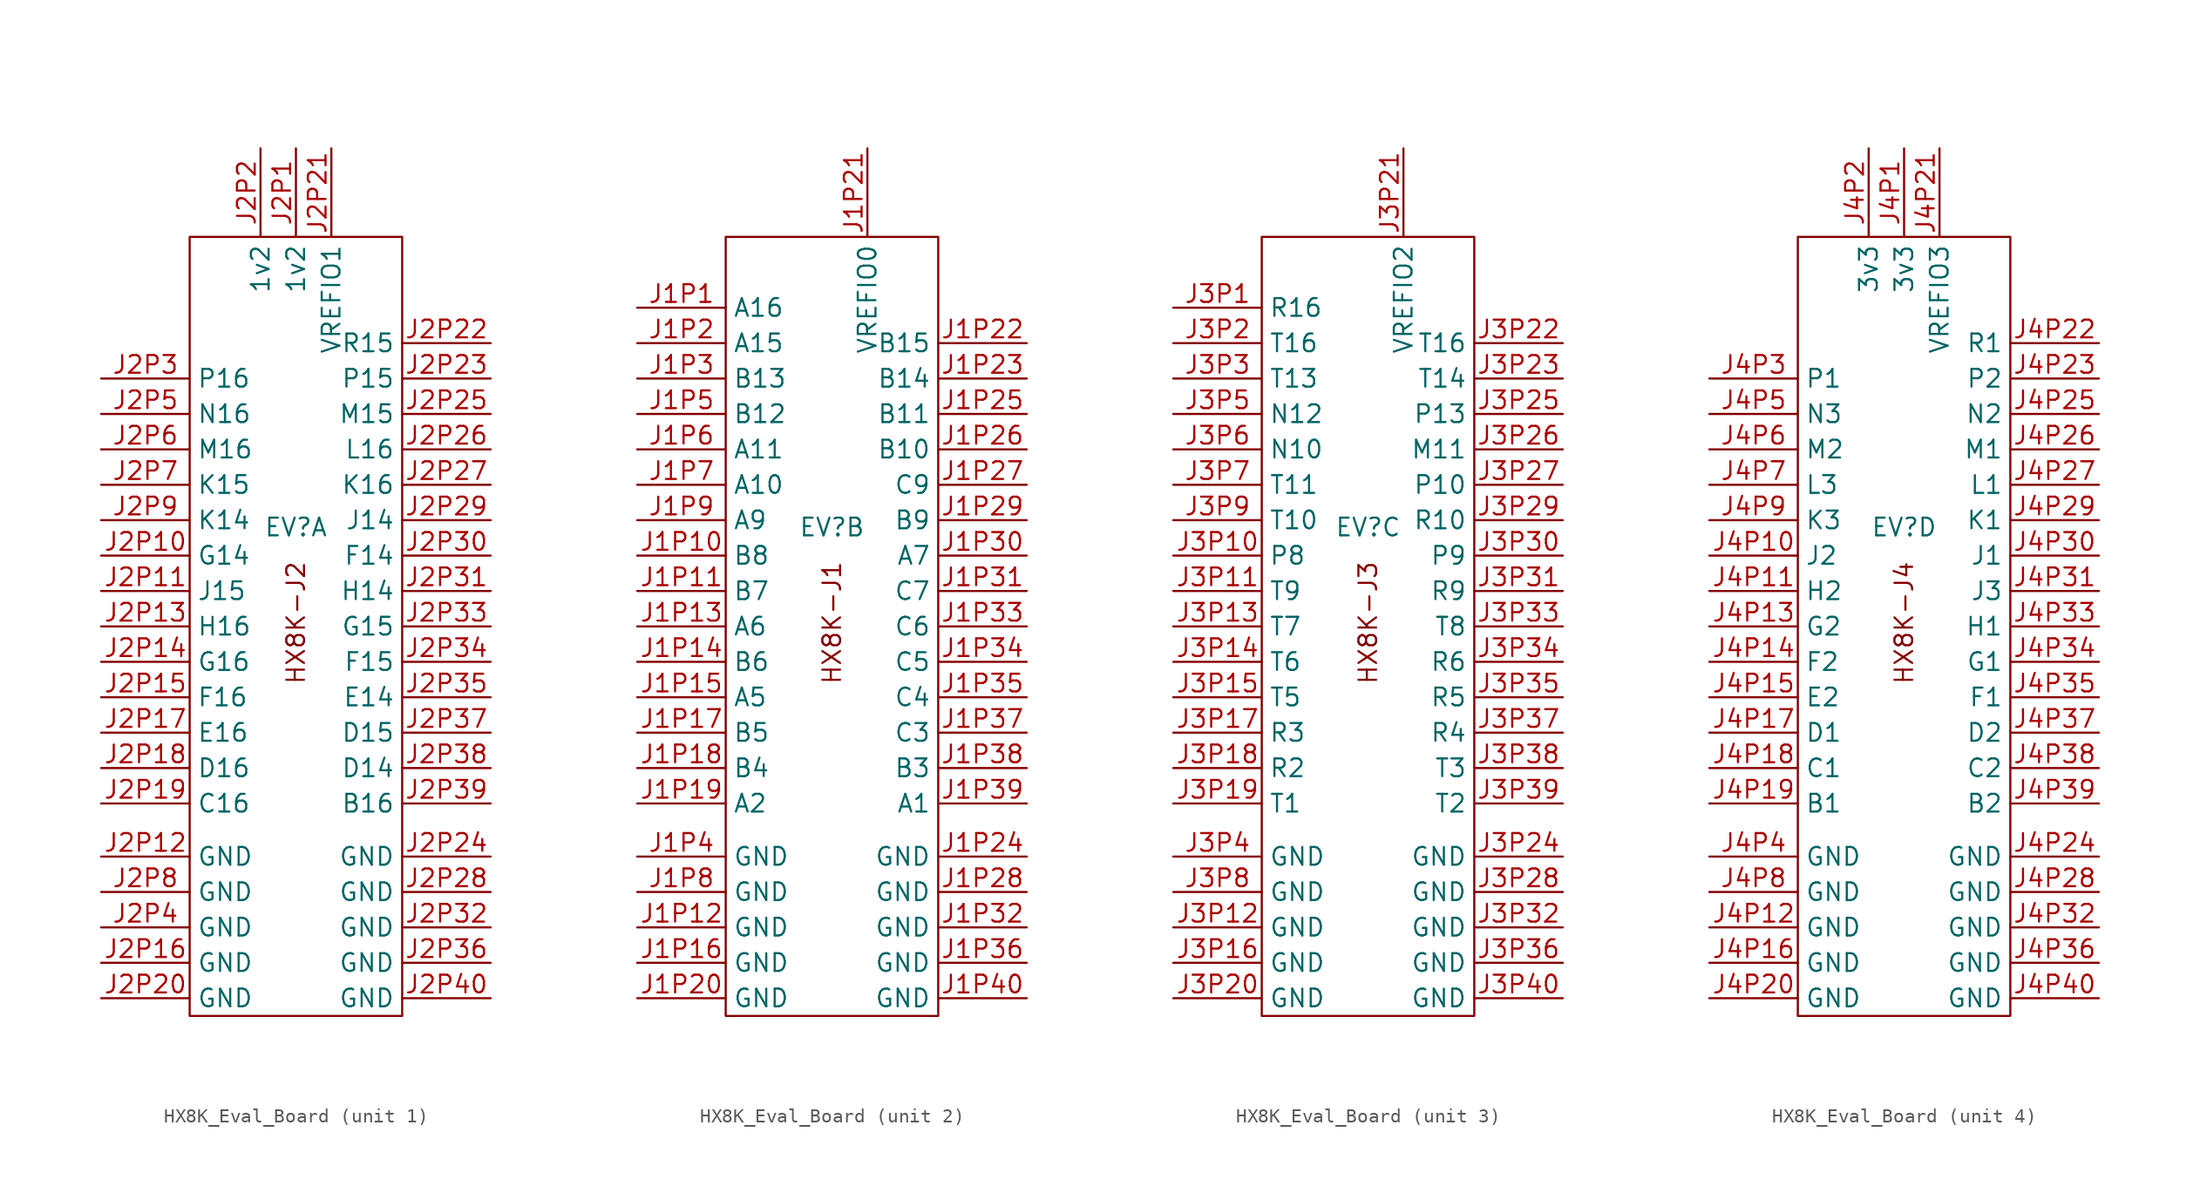
<source format=kicad_sym>
(kicad_symbol_lib
  (version 20231120)
  (generator "kicad_symbol_editor")
  (generator_version "8.0")
  (symbol "HX8K_Eval_Board"
    (property "Reference" "EV"
      (at 0 7.112 0)
      (effects (font (size 1.27 1.27))))
    (property "Value" ""
      (at 12.7 15.24 0)
      (effects (font (size 1.27 1.27))))
    (property "ki_locked" ""
      (at 0 0 0)
      (effects (font (size 1.27 1.27))))
    (symbol "HX8K_Eval_Board_1_1"
      (rectangle (start -7.62 27.94) (end 7.62 -27.94) (stroke (width 0) (type default)) (fill (type none)))
      (text "HX8K-J2" (at 0 0.254 900) (effects (font (size 1.27 1.27))))
      (pin power_in line (at 0 34.29 270) (length 6.35) (name "1v2" (effects (font (size 1.27 1.27)))) (number "J2P1" (effects (font (size 1.27 1.27)))))
      (pin bidirectional line (at -13.97 5.08 0) (length 6.35) (name "G14" (effects (font (size 1.27 1.27)))) (number "J2P10" (effects (font (size 1.27 1.27)))))
      (pin bidirectional line (at -13.97 2.54 0) (length 6.35) (name "J15" (effects (font (size 1.27 1.27)))) (number "J2P11" (effects (font (size 1.27 1.27)))))
      (pin power_in line (at -13.97 -16.51 0) (length 6.35) (name "GND" (effects (font (size 1.27 1.27)))) (number "J2P12" (effects (font (size 1.27 1.27)))))
      (pin bidirectional line (at -13.97 0 0) (length 6.35) (name "H16" (effects (font (size 1.27 1.27)))) (number "J2P13" (effects (font (size 1.27 1.27)))))
      (pin bidirectional line (at -13.97 -2.54 0) (length 6.35) (name "G16" (effects (font (size 1.27 1.27)))) (number "J2P14" (effects (font (size 1.27 1.27)))))
      (pin bidirectional line (at -13.97 -5.08 0) (length 6.35) (name "F16" (effects (font (size 1.27 1.27)))) (number "J2P15" (effects (font (size 1.27 1.27)))))
      (pin power_in line (at -13.97 -24.13 0) (length 6.35) (name "GND" (effects (font (size 1.27 1.27)))) (number "J2P16" (effects (font (size 1.27 1.27)))))
      (pin bidirectional line (at -13.97 -7.62 0) (length 6.35) (name "E16" (effects (font (size 1.27 1.27)))) (number "J2P17" (effects (font (size 1.27 1.27)))))
      (pin bidirectional line (at -13.97 -10.16 0) (length 6.35) (name "D16" (effects (font (size 1.27 1.27)))) (number "J2P18" (effects (font (size 1.27 1.27)))))
      (pin bidirectional line (at -13.97 -12.7 0) (length 6.35) (name "C16" (effects (font (size 1.27 1.27)))) (number "J2P19" (effects (font (size 1.27 1.27)))))
      (pin power_in line (at -2.54 34.29 270) (length 6.35) (name "1v2" (effects (font (size 1.27 1.27)))) (number "J2P2" (effects (font (size 1.27 1.27)))))
      (pin power_in line (at -13.97 -26.67 0) (length 6.35) (name "GND" (effects (font (size 1.27 1.27)))) (number "J2P20" (effects (font (size 1.27 1.27)))))
      (pin input line (at 2.54 34.29 270) (length 6.35) (name "VREFIO1" (effects (font (size 1.27 1.27)))) (number "J2P21" (effects (font (size 1.27 1.27)))))
      (pin bidirectional line (at 13.97 20.32 180) (length 6.35) (name "R15" (effects (font (size 1.27 1.27)))) (number "J2P22" (effects (font (size 1.27 1.27)))))
      (pin bidirectional line (at 13.97 17.78 180) (length 6.35) (name "P15" (effects (font (size 1.27 1.27)))) (number "J2P23" (effects (font (size 1.27 1.27)))))
      (pin power_in line (at 13.97 -16.51 180) (length 6.35) (name "GND" (effects (font (size 1.27 1.27)))) (number "J2P24" (effects (font (size 1.27 1.27)))))
      (pin bidirectional line (at 13.97 15.24 180) (length 6.35) (name "M15" (effects (font (size 1.27 1.27)))) (number "J2P25" (effects (font (size 1.27 1.27)))))
      (pin bidirectional line (at 13.97 12.7 180) (length 6.35) (name "L16" (effects (font (size 1.27 1.27)))) (number "J2P26" (effects (font (size 1.27 1.27)))))
      (pin bidirectional line (at 13.97 10.16 180) (length 6.35) (name "K16" (effects (font (size 1.27 1.27)))) (number "J2P27" (effects (font (size 1.27 1.27)))))
      (pin power_in line (at 13.97 -19.05 180) (length 6.35) (name "GND" (effects (font (size 1.27 1.27)))) (number "J2P28" (effects (font (size 1.27 1.27)))))
      (pin bidirectional line (at 13.97 7.62 180) (length 6.35) (name "J14" (effects (font (size 1.27 1.27)))) (number "J2P29" (effects (font (size 1.27 1.27)))))
      (pin bidirectional line (at -13.97 17.78 0) (length 6.35) (name "P16" (effects (font (size 1.27 1.27)))) (number "J2P3" (effects (font (size 1.27 1.27)))))
      (pin bidirectional line (at 13.97 5.08 180) (length 6.35) (name "F14" (effects (font (size 1.27 1.27)))) (number "J2P30" (effects (font (size 1.27 1.27)))))
      (pin bidirectional line (at 13.97 2.54 180) (length 6.35) (name "H14" (effects (font (size 1.27 1.27)))) (number "J2P31" (effects (font (size 1.27 1.27)))))
      (pin power_in line (at 13.97 -21.59 180) (length 6.35) (name "GND" (effects (font (size 1.27 1.27)))) (number "J2P32" (effects (font (size 1.27 1.27)))))
      (pin bidirectional line (at 13.97 0 180) (length 6.35) (name "G15" (effects (font (size 1.27 1.27)))) (number "J2P33" (effects (font (size 1.27 1.27)))))
      (pin bidirectional line (at 13.97 -2.54 180) (length 6.35) (name "F15" (effects (font (size 1.27 1.27)))) (number "J2P34" (effects (font (size 1.27 1.27)))))
      (pin bidirectional line (at 13.97 -5.08 180) (length 6.35) (name "E14" (effects (font (size 1.27 1.27)))) (number "J2P35" (effects (font (size 1.27 1.27)))))
      (pin power_in line (at 13.97 -24.13 180) (length 6.35) (name "GND" (effects (font (size 1.27 1.27)))) (number "J2P36" (effects (font (size 1.27 1.27)))))
      (pin bidirectional line (at 13.97 -7.62 180) (length 6.35) (name "D15" (effects (font (size 1.27 1.27)))) (number "J2P37" (effects (font (size 1.27 1.27)))))
      (pin bidirectional line (at 13.97 -10.16 180) (length 6.35) (name "D14" (effects (font (size 1.27 1.27)))) (number "J2P38" (effects (font (size 1.27 1.27)))))
      (pin bidirectional line (at 13.97 -12.7 180) (length 6.35) (name "B16" (effects (font (size 1.27 1.27)))) (number "J2P39" (effects (font (size 1.27 1.27)))))
      (pin power_in line (at -13.97 -21.59 0) (length 6.35) (name "GND" (effects (font (size 1.27 1.27)))) (number "J2P4" (effects (font (size 1.27 1.27)))))
      (pin power_in line (at 13.97 -26.67 180) (length 6.35) (name "GND" (effects (font (size 1.27 1.27)))) (number "J2P40" (effects (font (size 1.27 1.27)))))
      (pin bidirectional line (at -13.97 15.24 0) (length 6.35) (name "N16" (effects (font (size 1.27 1.27)))) (number "J2P5" (effects (font (size 1.27 1.27)))))
      (pin bidirectional line (at -13.97 12.7 0) (length 6.35) (name "M16" (effects (font (size 1.27 1.27)))) (number "J2P6" (effects (font (size 1.27 1.27)))))
      (pin bidirectional line (at -13.97 10.16 0) (length 6.35) (name "K15" (effects (font (size 1.27 1.27)))) (number "J2P7" (effects (font (size 1.27 1.27)))))
      (pin power_in line (at -13.97 -19.05 0) (length 6.35) (name "GND" (effects (font (size 1.27 1.27)))) (number "J2P8" (effects (font (size 1.27 1.27)))))
      (pin bidirectional line (at -13.97 7.62 0) (length 6.35) (name "K14" (effects (font (size 1.27 1.27)))) (number "J2P9" (effects (font (size 1.27 1.27))))))
    (symbol "HX8K_Eval_Board_2_1"
      (rectangle (start -7.62 27.94) (end 7.62 -27.94) (stroke (width 0) (type default)) (fill (type none)))
      (text "HX8K-J1" (at 0 0.254 900) (effects (font (size 1.27 1.27))))
      (pin bidirectional line (at -13.97 22.86 0) (length 6.35) (name "A16" (effects (font (size 1.27 1.27)))) (number "J1P1" (effects (font (size 1.27 1.27)))))
      (pin bidirectional line (at -13.97 5.08 0) (length 6.35) (name "B8" (effects (font (size 1.27 1.27)))) (number "J1P10" (effects (font (size 1.27 1.27)))))
      (pin bidirectional line (at -13.97 2.54 0) (length 6.35) (name "B7" (effects (font (size 1.27 1.27)))) (number "J1P11" (effects (font (size 1.27 1.27)))))
      (pin power_in line (at -13.97 -21.59 0) (length 6.35) (name "GND" (effects (font (size 1.27 1.27)))) (number "J1P12" (effects (font (size 1.27 1.27)))))
      (pin bidirectional line (at -13.97 0 0) (length 6.35) (name "A6" (effects (font (size 1.27 1.27)))) (number "J1P13" (effects (font (size 1.27 1.27)))))
      (pin bidirectional line (at -13.97 -2.54 0) (length 6.35) (name "B6" (effects (font (size 1.27 1.27)))) (number "J1P14" (effects (font (size 1.27 1.27)))))
      (pin bidirectional line (at -13.97 -5.08 0) (length 6.35) (name "A5" (effects (font (size 1.27 1.27)))) (number "J1P15" (effects (font (size 1.27 1.27)))))
      (pin power_in line (at -13.97 -24.13 0) (length 6.35) (name "GND" (effects (font (size 1.27 1.27)))) (number "J1P16" (effects (font (size 1.27 1.27)))))
      (pin bidirectional line (at -13.97 -7.62 0) (length 6.35) (name "B5" (effects (font (size 1.27 1.27)))) (number "J1P17" (effects (font (size 1.27 1.27)))))
      (pin bidirectional line (at -13.97 -10.16 0) (length 6.35) (name "B4" (effects (font (size 1.27 1.27)))) (number "J1P18" (effects (font (size 1.27 1.27)))))
      (pin bidirectional line (at -13.97 -12.7 0) (length 6.35) (name "A2" (effects (font (size 1.27 1.27)))) (number "J1P19" (effects (font (size 1.27 1.27)))))
      (pin bidirectional line (at -13.97 20.32 0) (length 6.35) (name "A15" (effects (font (size 1.27 1.27)))) (number "J1P2" (effects (font (size 1.27 1.27)))))
      (pin power_in line (at -13.97 -26.67 0) (length 6.35) (name "GND" (effects (font (size 1.27 1.27)))) (number "J1P20" (effects (font (size 1.27 1.27)))))
      (pin input line (at 2.54 34.29 270) (length 6.35) (name "VREFIO0" (effects (font (size 1.27 1.27)))) (number "J1P21" (effects (font (size 1.27 1.27)))))
      (pin bidirectional line (at 13.97 20.32 180) (length 6.35) (name "B15" (effects (font (size 1.27 1.27)))) (number "J1P22" (effects (font (size 1.27 1.27)))))
      (pin bidirectional line (at 13.97 17.78 180) (length 6.35) (name "B14" (effects (font (size 1.27 1.27)))) (number "J1P23" (effects (font (size 1.27 1.27)))))
      (pin power_in line (at 13.97 -16.51 180) (length 6.35) (name "GND" (effects (font (size 1.27 1.27)))) (number "J1P24" (effects (font (size 1.27 1.27)))))
      (pin bidirectional line (at 13.97 15.24 180) (length 6.35) (name "B11" (effects (font (size 1.27 1.27)))) (number "J1P25" (effects (font (size 1.27 1.27)))))
      (pin bidirectional line (at 13.97 12.7 180) (length 6.35) (name "B10" (effects (font (size 1.27 1.27)))) (number "J1P26" (effects (font (size 1.27 1.27)))))
      (pin bidirectional line (at 13.97 10.16 180) (length 6.35) (name "C9" (effects (font (size 1.27 1.27)))) (number "J1P27" (effects (font (size 1.27 1.27)))))
      (pin power_in line (at 13.97 -19.05 180) (length 6.35) (name "GND" (effects (font (size 1.27 1.27)))) (number "J1P28" (effects (font (size 1.27 1.27)))))
      (pin bidirectional line (at 13.97 7.62 180) (length 6.35) (name "B9" (effects (font (size 1.27 1.27)))) (number "J1P29" (effects (font (size 1.27 1.27)))))
      (pin bidirectional line (at -13.97 17.78 0) (length 6.35) (name "B13" (effects (font (size 1.27 1.27)))) (number "J1P3" (effects (font (size 1.27 1.27)))))
      (pin bidirectional line (at 13.97 5.08 180) (length 6.35) (name "A7" (effects (font (size 1.27 1.27)))) (number "J1P30" (effects (font (size 1.27 1.27)))))
      (pin bidirectional line (at 13.97 2.54 180) (length 6.35) (name "C7" (effects (font (size 1.27 1.27)))) (number "J1P31" (effects (font (size 1.27 1.27)))))
      (pin power_in line (at 13.97 -21.59 180) (length 6.35) (name "GND" (effects (font (size 1.27 1.27)))) (number "J1P32" (effects (font (size 1.27 1.27)))))
      (pin bidirectional line (at 13.97 0 180) (length 6.35) (name "C6" (effects (font (size 1.27 1.27)))) (number "J1P33" (effects (font (size 1.27 1.27)))))
      (pin bidirectional line (at 13.97 -2.54 180) (length 6.35) (name "C5" (effects (font (size 1.27 1.27)))) (number "J1P34" (effects (font (size 1.27 1.27)))))
      (pin bidirectional line (at 13.97 -5.08 180) (length 6.35) (name "C4" (effects (font (size 1.27 1.27)))) (number "J1P35" (effects (font (size 1.27 1.27)))))
      (pin power_in line (at 13.97 -24.13 180) (length 6.35) (name "GND" (effects (font (size 1.27 1.27)))) (number "J1P36" (effects (font (size 1.27 1.27)))))
      (pin bidirectional line (at 13.97 -7.62 180) (length 6.35) (name "C3" (effects (font (size 1.27 1.27)))) (number "J1P37" (effects (font (size 1.27 1.27)))))
      (pin bidirectional line (at 13.97 -10.16 180) (length 6.35) (name "B3" (effects (font (size 1.27 1.27)))) (number "J1P38" (effects (font (size 1.27 1.27)))))
      (pin bidirectional line (at 13.97 -12.7 180) (length 6.35) (name "A1" (effects (font (size 1.27 1.27)))) (number "J1P39" (effects (font (size 1.27 1.27)))))
      (pin power_in line (at -13.97 -16.51 0) (length 6.35) (name "GND" (effects (font (size 1.27 1.27)))) (number "J1P4" (effects (font (size 1.27 1.27)))))
      (pin power_in line (at 13.97 -26.67 180) (length 6.35) (name "GND" (effects (font (size 1.27 1.27)))) (number "J1P40" (effects (font (size 1.27 1.27)))))
      (pin bidirectional line (at -13.97 15.24 0) (length 6.35) (name "B12" (effects (font (size 1.27 1.27)))) (number "J1P5" (effects (font (size 1.27 1.27)))))
      (pin bidirectional line (at -13.97 12.7 0) (length 6.35) (name "A11" (effects (font (size 1.27 1.27)))) (number "J1P6" (effects (font (size 1.27 1.27)))))
      (pin bidirectional line (at -13.97 10.16 0) (length 6.35) (name "A10" (effects (font (size 1.27 1.27)))) (number "J1P7" (effects (font (size 1.27 1.27)))))
      (pin power_in line (at -13.97 -19.05 0) (length 6.35) (name "GND" (effects (font (size 1.27 1.27)))) (number "J1P8" (effects (font (size 1.27 1.27)))))
      (pin bidirectional line (at -13.97 7.62 0) (length 6.35) (name "A9" (effects (font (size 1.27 1.27)))) (number "J1P9" (effects (font (size 1.27 1.27))))))
    (symbol "HX8K_Eval_Board_3_1"
      (rectangle (start -7.62 27.94) (end 7.62 -27.94) (stroke (width 0) (type default)) (fill (type none)))
      (text "HX8K-J3" (at 0 0.254 900) (effects (font (size 1.27 1.27))))
      (pin bidirectional line (at -13.97 22.86 0) (length 6.35) (name "R16" (effects (font (size 1.27 1.27)))) (number "J3P1" (effects (font (size 1.27 1.27)))))
      (pin bidirectional line (at -13.97 5.08 0) (length 6.35) (name "P8" (effects (font (size 1.27 1.27)))) (number "J3P10" (effects (font (size 1.27 1.27)))))
      (pin bidirectional line (at -13.97 2.54 0) (length 6.35) (name "T9" (effects (font (size 1.27 1.27)))) (number "J3P11" (effects (font (size 1.27 1.27)))))
      (pin power_in line (at -13.97 -21.59 0) (length 6.35) (name "GND" (effects (font (size 1.27 1.27)))) (number "J3P12" (effects (font (size 1.27 1.27)))))
      (pin bidirectional line (at -13.97 0 0) (length 6.35) (name "T7" (effects (font (size 1.27 1.27)))) (number "J3P13" (effects (font (size 1.27 1.27)))))
      (pin bidirectional line (at -13.97 -2.54 0) (length 6.35) (name "T6" (effects (font (size 1.27 1.27)))) (number "J3P14" (effects (font (size 1.27 1.27)))))
      (pin bidirectional line (at -13.97 -5.08 0) (length 6.35) (name "T5" (effects (font (size 1.27 1.27)))) (number "J3P15" (effects (font (size 1.27 1.27)))))
      (pin power_in line (at -13.97 -24.13 0) (length 6.35) (name "GND" (effects (font (size 1.27 1.27)))) (number "J3P16" (effects (font (size 1.27 1.27)))))
      (pin bidirectional line (at -13.97 -7.62 0) (length 6.35) (name "R3" (effects (font (size 1.27 1.27)))) (number "J3P17" (effects (font (size 1.27 1.27)))))
      (pin bidirectional line (at -13.97 -10.16 0) (length 6.35) (name "R2" (effects (font (size 1.27 1.27)))) (number "J3P18" (effects (font (size 1.27 1.27)))))
      (pin bidirectional line (at -13.97 -12.7 0) (length 6.35) (name "T1" (effects (font (size 1.27 1.27)))) (number "J3P19" (effects (font (size 1.27 1.27)))))
      (pin bidirectional line (at -13.97 20.32 0) (length 6.35) (name "T16" (effects (font (size 1.27 1.27)))) (number "J3P2" (effects (font (size 1.27 1.27)))))
      (pin power_in line (at -13.97 -26.67 0) (length 6.35) (name "GND" (effects (font (size 1.27 1.27)))) (number "J3P20" (effects (font (size 1.27 1.27)))))
      (pin input line (at 2.54 34.29 270) (length 6.35) (name "VREFIO2" (effects (font (size 1.27 1.27)))) (number "J3P21" (effects (font (size 1.27 1.27)))))
      (pin bidirectional line (at 13.97 20.32 180) (length 6.35) (name "T16" (effects (font (size 1.27 1.27)))) (number "J3P22" (effects (font (size 1.27 1.27)))))
      (pin bidirectional line (at 13.97 17.78 180) (length 6.35) (name "T14" (effects (font (size 1.27 1.27)))) (number "J3P23" (effects (font (size 1.27 1.27)))))
      (pin power_in line (at 13.97 -16.51 180) (length 6.35) (name "GND" (effects (font (size 1.27 1.27)))) (number "J3P24" (effects (font (size 1.27 1.27)))))
      (pin bidirectional line (at 13.97 15.24 180) (length 6.35) (name "P13" (effects (font (size 1.27 1.27)))) (number "J3P25" (effects (font (size 1.27 1.27)))))
      (pin bidirectional line (at 13.97 12.7 180) (length 6.35) (name "M11" (effects (font (size 1.27 1.27)))) (number "J3P26" (effects (font (size 1.27 1.27)))))
      (pin bidirectional line (at 13.97 10.16 180) (length 6.35) (name "P10" (effects (font (size 1.27 1.27)))) (number "J3P27" (effects (font (size 1.27 1.27)))))
      (pin power_in line (at 13.97 -19.05 180) (length 6.35) (name "GND" (effects (font (size 1.27 1.27)))) (number "J3P28" (effects (font (size 1.27 1.27)))))
      (pin bidirectional line (at 13.97 7.62 180) (length 6.35) (name "R10" (effects (font (size 1.27 1.27)))) (number "J3P29" (effects (font (size 1.27 1.27)))))
      (pin bidirectional line (at -13.97 17.78 0) (length 6.35) (name "T13" (effects (font (size 1.27 1.27)))) (number "J3P3" (effects (font (size 1.27 1.27)))))
      (pin bidirectional line (at 13.97 5.08 180) (length 6.35) (name "P9" (effects (font (size 1.27 1.27)))) (number "J3P30" (effects (font (size 1.27 1.27)))))
      (pin bidirectional line (at 13.97 2.54 180) (length 6.35) (name "R9" (effects (font (size 1.27 1.27)))) (number "J3P31" (effects (font (size 1.27 1.27)))))
      (pin power_in line (at 13.97 -21.59 180) (length 6.35) (name "GND" (effects (font (size 1.27 1.27)))) (number "J3P32" (effects (font (size 1.27 1.27)))))
      (pin bidirectional line (at 13.97 0 180) (length 6.35) (name "T8" (effects (font (size 1.27 1.27)))) (number "J3P33" (effects (font (size 1.27 1.27)))))
      (pin bidirectional line (at 13.97 -2.54 180) (length 6.35) (name "R6" (effects (font (size 1.27 1.27)))) (number "J3P34" (effects (font (size 1.27 1.27)))))
      (pin bidirectional line (at 13.97 -5.08 180) (length 6.35) (name "R5" (effects (font (size 1.27 1.27)))) (number "J3P35" (effects (font (size 1.27 1.27)))))
      (pin power_in line (at 13.97 -24.13 180) (length 6.35) (name "GND" (effects (font (size 1.27 1.27)))) (number "J3P36" (effects (font (size 1.27 1.27)))))
      (pin bidirectional line (at 13.97 -7.62 180) (length 6.35) (name "R4" (effects (font (size 1.27 1.27)))) (number "J3P37" (effects (font (size 1.27 1.27)))))
      (pin bidirectional line (at 13.97 -10.16 180) (length 6.35) (name "T3" (effects (font (size 1.27 1.27)))) (number "J3P38" (effects (font (size 1.27 1.27)))))
      (pin bidirectional line (at 13.97 -12.7 180) (length 6.35) (name "T2" (effects (font (size 1.27 1.27)))) (number "J3P39" (effects (font (size 1.27 1.27)))))
      (pin power_in line (at -13.97 -16.51 0) (length 6.35) (name "GND" (effects (font (size 1.27 1.27)))) (number "J3P4" (effects (font (size 1.27 1.27)))))
      (pin power_in line (at 13.97 -26.67 180) (length 6.35) (name "GND" (effects (font (size 1.27 1.27)))) (number "J3P40" (effects (font (size 1.27 1.27)))))
      (pin bidirectional line (at -13.97 15.24 0) (length 6.35) (name "N12" (effects (font (size 1.27 1.27)))) (number "J3P5" (effects (font (size 1.27 1.27)))))
      (pin bidirectional line (at -13.97 12.7 0) (length 6.35) (name "N10" (effects (font (size 1.27 1.27)))) (number "J3P6" (effects (font (size 1.27 1.27)))))
      (pin bidirectional line (at -13.97 10.16 0) (length 6.35) (name "T11" (effects (font (size 1.27 1.27)))) (number "J3P7" (effects (font (size 1.27 1.27)))))
      (pin power_in line (at -13.97 -19.05 0) (length 6.35) (name "GND" (effects (font (size 1.27 1.27)))) (number "J3P8" (effects (font (size 1.27 1.27)))))
      (pin bidirectional line (at -13.97 7.62 0) (length 6.35) (name "T10" (effects (font (size 1.27 1.27)))) (number "J3P9" (effects (font (size 1.27 1.27))))))
    (symbol "HX8K_Eval_Board_4_1"
      (rectangle (start -7.62 27.94) (end 7.62 -27.94) (stroke (width 0) (type default)) (fill (type none)))
      (text "HX8K-J4" (at 0 0.254 900) (effects (font (size 1.27 1.27))))
      (pin power_in line (at 0 34.29 270) (length 6.35) (name "3v3" (effects (font (size 1.27 1.27)))) (number "J4P1" (effects (font (size 1.27 1.27)))))
      (pin bidirectional line (at -13.97 5.08 0) (length 6.35) (name "J2" (effects (font (size 1.27 1.27)))) (number "J4P10" (effects (font (size 1.27 1.27)))))
      (pin bidirectional line (at -13.97 2.54 0) (length 6.35) (name "H2" (effects (font (size 1.27 1.27)))) (number "J4P11" (effects (font (size 1.27 1.27)))))
      (pin power_in line (at -13.97 -21.59 0) (length 6.35) (name "GND" (effects (font (size 1.27 1.27)))) (number "J4P12" (effects (font (size 1.27 1.27)))))
      (pin bidirectional line (at -13.97 0 0) (length 6.35) (name "G2" (effects (font (size 1.27 1.27)))) (number "J4P13" (effects (font (size 1.27 1.27)))))
      (pin bidirectional line (at -13.97 -2.54 0) (length 6.35) (name "F2" (effects (font (size 1.27 1.27)))) (number "J4P14" (effects (font (size 1.27 1.27)))))
      (pin bidirectional line (at -13.97 -5.08 0) (length 6.35) (name "E2" (effects (font (size 1.27 1.27)))) (number "J4P15" (effects (font (size 1.27 1.27)))))
      (pin power_in line (at -13.97 -24.13 0) (length 6.35) (name "GND" (effects (font (size 1.27 1.27)))) (number "J4P16" (effects (font (size 1.27 1.27)))))
      (pin bidirectional line (at -13.97 -7.62 0) (length 6.35) (name "D1" (effects (font (size 1.27 1.27)))) (number "J4P17" (effects (font (size 1.27 1.27)))))
      (pin bidirectional line (at -13.97 -10.16 0) (length 6.35) (name "C1" (effects (font (size 1.27 1.27)))) (number "J4P18" (effects (font (size 1.27 1.27)))))
      (pin bidirectional line (at -13.97 -12.7 0) (length 6.35) (name "B1" (effects (font (size 1.27 1.27)))) (number "J4P19" (effects (font (size 1.27 1.27)))))
      (pin power_in line (at -2.54 34.29 270) (length 6.35) (name "3v3" (effects (font (size 1.27 1.27)))) (number "J4P2" (effects (font (size 1.27 1.27)))))
      (pin power_in line (at -13.97 -26.67 0) (length 6.35) (name "GND" (effects (font (size 1.27 1.27)))) (number "J4P20" (effects (font (size 1.27 1.27)))))
      (pin input line (at 2.54 34.29 270) (length 6.35) (name "VREFIO3" (effects (font (size 1.27 1.27)))) (number "J4P21" (effects (font (size 1.27 1.27)))))
      (pin bidirectional line (at 13.97 20.32 180) (length 6.35) (name "R1" (effects (font (size 1.27 1.27)))) (number "J4P22" (effects (font (size 1.27 1.27)))))
      (pin bidirectional line (at 13.97 17.78 180) (length 6.35) (name "P2" (effects (font (size 1.27 1.27)))) (number "J4P23" (effects (font (size 1.27 1.27)))))
      (pin power_in line (at 13.97 -16.51 180) (length 6.35) (name "GND" (effects (font (size 1.27 1.27)))) (number "J4P24" (effects (font (size 1.27 1.27)))))
      (pin bidirectional line (at 13.97 15.24 180) (length 6.35) (name "N2" (effects (font (size 1.27 1.27)))) (number "J4P25" (effects (font (size 1.27 1.27)))))
      (pin bidirectional line (at 13.97 12.7 180) (length 6.35) (name "M1" (effects (font (size 1.27 1.27)))) (number "J4P26" (effects (font (size 1.27 1.27)))))
      (pin bidirectional line (at 13.97 10.16 180) (length 6.35) (name "L1" (effects (font (size 1.27 1.27)))) (number "J4P27" (effects (font (size 1.27 1.27)))))
      (pin power_in line (at 13.97 -19.05 180) (length 6.35) (name "GND" (effects (font (size 1.27 1.27)))) (number "J4P28" (effects (font (size 1.27 1.27)))))
      (pin bidirectional line (at 13.97 7.62 180) (length 6.35) (name "K1" (effects (font (size 1.27 1.27)))) (number "J4P29" (effects (font (size 1.27 1.27)))))
      (pin bidirectional line (at -13.97 17.78 0) (length 6.35) (name "P1" (effects (font (size 1.27 1.27)))) (number "J4P3" (effects (font (size 1.27 1.27)))))
      (pin bidirectional line (at 13.97 5.08 180) (length 6.35) (name "J1" (effects (font (size 1.27 1.27)))) (number "J4P30" (effects (font (size 1.27 1.27)))))
      (pin bidirectional line (at 13.97 2.54 180) (length 6.35) (name "J3" (effects (font (size 1.27 1.27)))) (number "J4P31" (effects (font (size 1.27 1.27)))))
      (pin power_in line (at 13.97 -21.59 180) (length 6.35) (name "GND" (effects (font (size 1.27 1.27)))) (number "J4P32" (effects (font (size 1.27 1.27)))))
      (pin bidirectional line (at 13.97 0 180) (length 6.35) (name "H1" (effects (font (size 1.27 1.27)))) (number "J4P33" (effects (font (size 1.27 1.27)))))
      (pin bidirectional line (at 13.97 -2.54 180) (length 6.35) (name "G1" (effects (font (size 1.27 1.27)))) (number "J4P34" (effects (font (size 1.27 1.27)))))
      (pin bidirectional line (at 13.97 -5.08 180) (length 6.35) (name "F1" (effects (font (size 1.27 1.27)))) (number "J4P35" (effects (font (size 1.27 1.27)))))
      (pin power_in line (at 13.97 -24.13 180) (length 6.35) (name "GND" (effects (font (size 1.27 1.27)))) (number "J4P36" (effects (font (size 1.27 1.27)))))
      (pin bidirectional line (at 13.97 -7.62 180) (length 6.35) (name "D2" (effects (font (size 1.27 1.27)))) (number "J4P37" (effects (font (size 1.27 1.27)))))
      (pin bidirectional line (at 13.97 -10.16 180) (length 6.35) (name "C2" (effects (font (size 1.27 1.27)))) (number "J4P38" (effects (font (size 1.27 1.27)))))
      (pin bidirectional line (at 13.97 -12.7 180) (length 6.35) (name "B2" (effects (font (size 1.27 1.27)))) (number "J4P39" (effects (font (size 1.27 1.27)))))
      (pin power_in line (at -13.97 -16.51 0) (length 6.35) (name "GND" (effects (font (size 1.27 1.27)))) (number "J4P4" (effects (font (size 1.27 1.27)))))
      (pin power_in line (at 13.97 -26.67 180) (length 6.35) (name "GND" (effects (font (size 1.27 1.27)))) (number "J4P40" (effects (font (size 1.27 1.27)))))
      (pin bidirectional line (at -13.97 15.24 0) (length 6.35) (name "N3" (effects (font (size 1.27 1.27)))) (number "J4P5" (effects (font (size 1.27 1.27)))))
      (pin bidirectional line (at -13.97 12.7 0) (length 6.35) (name "M2" (effects (font (size 1.27 1.27)))) (number "J4P6" (effects (font (size 1.27 1.27)))))
      (pin bidirectional line (at -13.97 10.16 0) (length 6.35) (name "L3" (effects (font (size 1.27 1.27)))) (number "J4P7" (effects (font (size 1.27 1.27)))))
      (pin power_in line (at -13.97 -19.05 0) (length 6.35) (name "GND" (effects (font (size 1.27 1.27)))) (number "J4P8" (effects (font (size 1.27 1.27)))))
      (pin bidirectional line (at -13.97 7.62 0) (length 6.35) (name "K3" (effects (font (size 1.27 1.27)))) (number "J4P9" (effects (font (size 1.27 1.27))))))))
</source>
